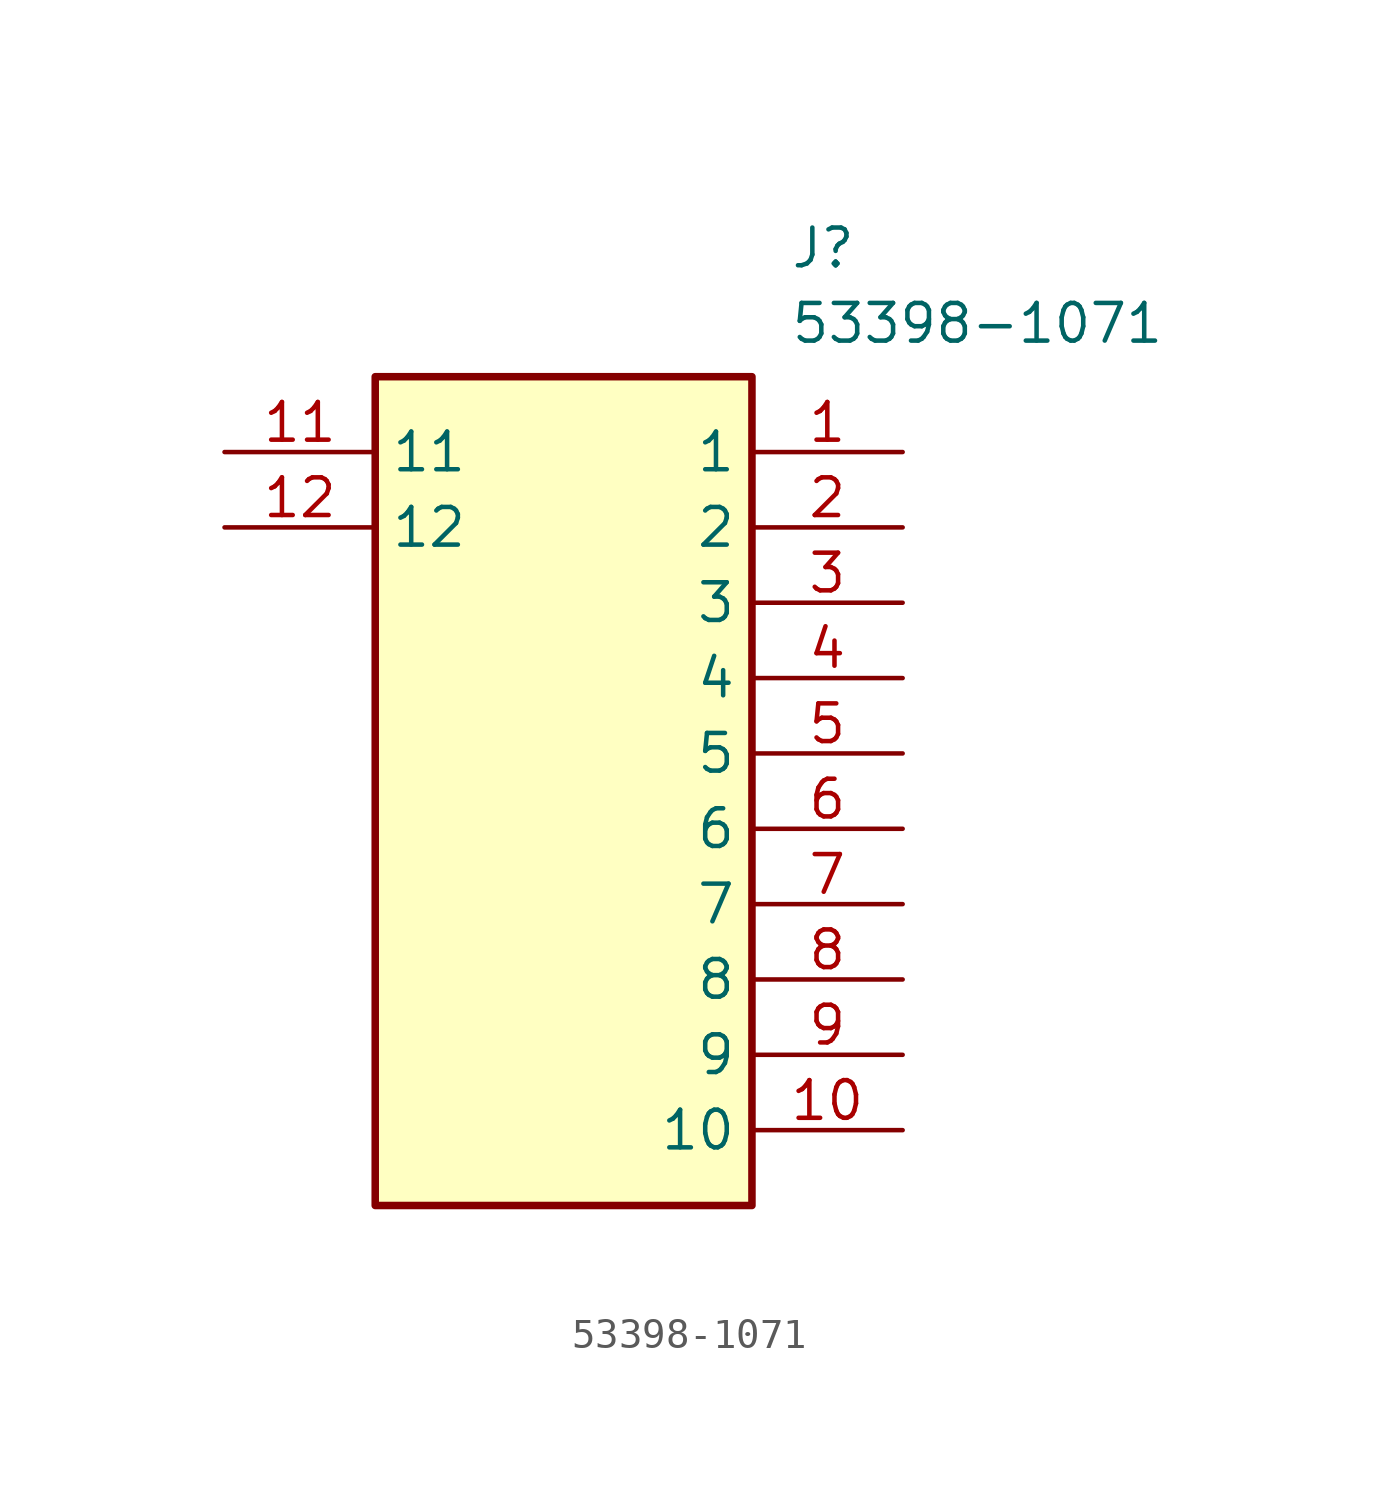
<source format=kicad_sym>
(kicad_symbol_lib
  (version 20241209)
  (generator "kicad_symbol_editor")
  (generator_version "9.0")
  (symbol "53398-1071"
    (property "Reference" "J"
      (at 19.05 7.62 0)
      (effects (font (size 1.27 1.27)) (justify left top)))
    (property "Value" "53398-1071"
      (at 19.05 5.08 0)
      (effects (font (size 1.27 1.27)) (justify left top)))
    (symbol "53398-1071_1_1"
      (rectangle (start 5.08 2.54) (end 17.78 -25.4) (stroke (width 0.254) (type default)) (fill (type background)))
      (pin passive line (at 0 0 0) (length 5.08) (name "11" (effects (font (size 1.27 1.27)))) (number "11" (effects (font (size 1.27 1.27)))))
      (pin passive line (at 0 -2.54 0) (length 5.08) (name "12" (effects (font (size 1.27 1.27)))) (number "12" (effects (font (size 1.27 1.27)))))
      (pin passive line (at 22.86 0 180) (length 5.08) (name "1" (effects (font (size 1.27 1.27)))) (number "1" (effects (font (size 1.27 1.27)))))
      (pin passive line (at 22.86 -2.54 180) (length 5.08) (name "2" (effects (font (size 1.27 1.27)))) (number "2" (effects (font (size 1.27 1.27)))))
      (pin passive line (at 22.86 -5.08 180) (length 5.08) (name "3" (effects (font (size 1.27 1.27)))) (number "3" (effects (font (size 1.27 1.27)))))
      (pin passive line (at 22.86 -7.62 180) (length 5.08) (name "4" (effects (font (size 1.27 1.27)))) (number "4" (effects (font (size 1.27 1.27)))))
      (pin passive line (at 22.86 -10.16 180) (length 5.08) (name "5" (effects (font (size 1.27 1.27)))) (number "5" (effects (font (size 1.27 1.27)))))
      (pin passive line (at 22.86 -12.7 180) (length 5.08) (name "6" (effects (font (size 1.27 1.27)))) (number "6" (effects (font (size 1.27 1.27)))))
      (pin passive line (at 22.86 -15.24 180) (length 5.08) (name "7" (effects (font (size 1.27 1.27)))) (number "7" (effects (font (size 1.27 1.27)))))
      (pin passive line (at 22.86 -17.78 180) (length 5.08) (name "8" (effects (font (size 1.27 1.27)))) (number "8" (effects (font (size 1.27 1.27)))))
      (pin passive line (at 22.86 -20.32 180) (length 5.08) (name "9" (effects (font (size 1.27 1.27)))) (number "9" (effects (font (size 1.27 1.27)))))
      (pin passive line (at 22.86 -22.86 180) (length 5.08) (name "10" (effects (font (size 1.27 1.27)))) (number "10" (effects (font (size 1.27 1.27))))))))
</source>
